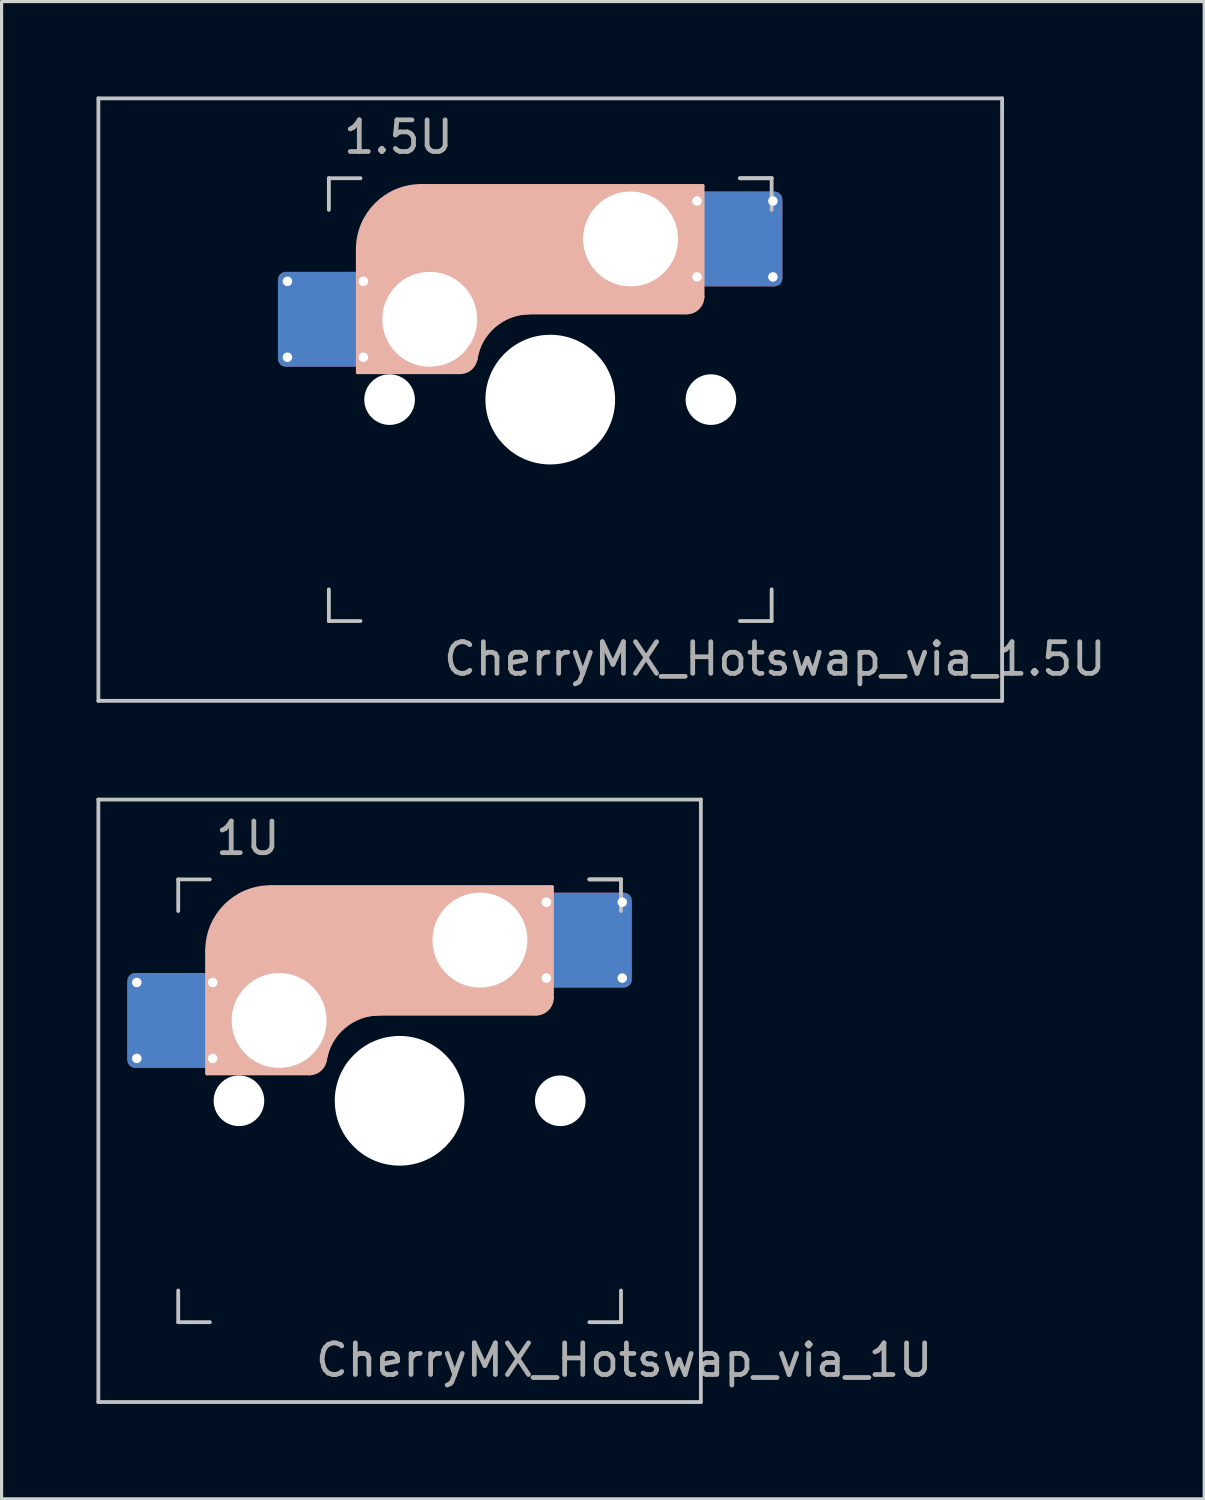
<source format=kicad_pcb>
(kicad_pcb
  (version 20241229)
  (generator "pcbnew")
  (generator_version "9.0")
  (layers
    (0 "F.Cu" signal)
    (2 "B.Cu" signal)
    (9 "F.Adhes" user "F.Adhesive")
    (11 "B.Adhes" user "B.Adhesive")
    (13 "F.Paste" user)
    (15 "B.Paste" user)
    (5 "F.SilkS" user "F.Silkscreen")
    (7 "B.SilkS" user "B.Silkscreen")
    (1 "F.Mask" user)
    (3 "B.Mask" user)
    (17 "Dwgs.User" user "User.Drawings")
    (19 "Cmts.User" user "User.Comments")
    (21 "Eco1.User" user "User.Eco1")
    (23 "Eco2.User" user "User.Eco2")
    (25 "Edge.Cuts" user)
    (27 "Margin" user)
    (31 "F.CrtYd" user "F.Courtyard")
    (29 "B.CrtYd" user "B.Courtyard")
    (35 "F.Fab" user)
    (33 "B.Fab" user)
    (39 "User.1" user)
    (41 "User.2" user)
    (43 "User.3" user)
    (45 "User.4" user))
  (footprint "CherryMX_Hotswap_via_1U"
    (layer "F.Cu")
    (at 9.585 31.755)
    (property "Reference" "CherryMX_Hotswap_via_1U" (at 7.1 8.2 0) (layer "F.Fab") (effects (font (size 1 1) (thickness 0.15))))
    (attr through_hole)
    (fp_line (start -8.11 -1.74) (end -8.11 -3.34) (stroke (width 0.12) (type solid)) (layer "B.Mask"))
    (fp_line (start -7.91 -3.54) (end -6.31 -3.54) (stroke (width 0.12) (type solid)) (layer "B.Mask"))
    (fp_line (start -6.31 -1.54) (end -7.91 -1.54) (stroke (width 0.12) (type solid)) (layer "B.Mask"))
    (fp_line (start -6.11 -3.34) (end -6.11 -1.74) (stroke (width 0.12) (type solid)) (layer "B.Mask"))
    (fp_line (start 4.84 -5.88) (end 4.84 -4.28) (stroke (width 0.12) (type solid)) (layer "B.Mask"))
    (fp_line (start 5.04 -6.08) (end 6.64 -6.08) (stroke (width 0.12) (type solid)) (layer "B.Mask"))
    (fp_line (start 5.04 -4.08) (end 6.64 -4.08) (stroke (width 0.12) (type solid)) (layer "B.Mask"))
    (fp_line (start 6.84 -4.28) (end 6.84 -5.88) (stroke (width 0.12) (type solid)) (layer "B.Mask"))
    (fp_arc (start -8.11 -3.34) (mid -8.051421 -3.481421) (end -7.91 -3.54) (stroke (width 0.12) (type solid)) (layer "B.Mask"))
    (fp_arc (start -7.91 -1.54) (mid -8.051421 -1.598579) (end -8.11 -1.74) (stroke (width 0.12) (type solid)) (layer "B.Mask"))
    (fp_arc (start -6.31 -3.54) (mid -6.168579 -3.481421) (end -6.11 -3.34) (stroke (width 0.12) (type solid)) (layer "B.Mask"))
    (fp_arc (start -6.11 -1.74) (mid -6.168579 -1.598579) (end -6.31 -1.54) (stroke (width 0.12) (type solid)) (layer "B.Mask"))
    (fp_arc (start 4.84 -5.88) (mid 4.898579 -6.021421) (end 5.04 -6.08) (stroke (width 0.12) (type solid)) (layer "B.Mask"))
    (fp_arc (start 5.04 -4.08) (mid 4.898579 -4.138579) (end 4.84 -4.28) (stroke (width 0.12) (type solid)) (layer "B.Mask"))
    (fp_arc (start 6.64 -6.08) (mid 6.781421 -6.021421) (end 6.84 -5.88) (stroke (width 0.12) (type solid)) (layer "B.Mask"))
    (fp_arc (start 6.84 -4.28) (mid 6.781421 -4.138579) (end 6.64 -4.08) (stroke (width 0.12) (type solid)) (layer "B.Mask"))
    (fp_poly (pts (xy -6.11 -3.34) (xy -6.11 -1.74) (xy -6.31 -1.54) (xy -7.91 -1.54) (xy -8.11 -1.74) (xy -8.11 -3.34) (xy -7.91 -3.54) (xy -6.31 -3.54)) (stroke (width 0.1) (type solid)) (fill yes) (layer "B.Mask"))
    (fp_poly (pts (xy 6.84 -5.88) (xy 6.84 -4.28) (xy 6.64 -4.08) (xy 5.04 -4.08) (xy 4.84 -4.28) (xy 4.84 -5.88) (xy 5.04 -6.08) (xy 6.64 -6.08)) (stroke (width 0.1) (type solid)) (fill yes) (layer "B.Mask"))
    (fp_line (start -6.085 -0.865) (end -6.085 -4.755) (stroke (width 0.12) (type solid)) (layer "B.SilkS"))
    (fp_line (start -4.085 -6.755) (end 4.815 -6.755) (stroke (width 0.12) (type solid)) (layer "B.SilkS"))
    (fp_line (start -2.852 -0.865) (end -6.085 -0.865) (stroke (width 0.12) (type solid)) (layer "B.SilkS"))
    (fp_line (start -0.635 -2.755) (end 4.315 -2.755) (stroke (width 0.12) (type solid)) (layer "B.SilkS"))
    (fp_line (start 4.815 -6.755) (end 4.815 -3.255) (stroke (width 0.12) (type solid)) (layer "B.SilkS"))
    (fp_arc (start -6.085 -4.755) (mid -5.499214 -6.169214) (end -4.085 -6.755) (stroke (width 0.12) (type solid)) (layer "B.SilkS"))
    (fp_arc (start -2.360959 -1.278326) (mid -1.770727 -2.335454) (end -0.635 -2.755) (stroke (width 0.12) (type solid)) (layer "B.SilkS"))
    (fp_arc (start -2.36 -1.278176) (mid -2.53101 -0.981978) (end -2.852404 -0.865) (stroke (width 0.12) (type solid)) (layer "B.SilkS"))
    (fp_arc (start 4.815 -3.255) (mid 4.668553 -2.901447) (end 4.315 -2.755) (stroke (width 0.12) (type solid)) (layer "B.SilkS"))
    (fp_poly (pts (xy 4.815 -3.255) (xy 4.633 -2.937) (xy 4.315 -2.755) (xy -0.635 -2.755) (xy -1.259 -2.696) (xy -1.805 -2.376) (xy -2.207 -1.885) (xy -2.361 -1.278) (xy -2.563 -1.02) (xy -2.852 -0.865) (xy -6.085 -0.865) (xy -6.085 -4.755) (xy -5.887 -5.501) (xy -5.464 -6.134) (xy -4.831 -6.557) (xy -4.085 -6.755) (xy 4.815 -6.755)) (stroke (width 0.1) (type solid)) (fill yes) (layer "B.SilkS"))
    (fp_line (start -8.11 -1.74) (end -8.11 -3.34) (stroke (width 0.12) (type solid)) (layer "B.Paste"))
    (fp_line (start -7.91 -3.54) (end -6.31 -3.54) (stroke (width 0.12) (type solid)) (layer "B.Paste"))
    (fp_line (start -6.31 -1.54) (end -7.91 -1.54) (stroke (width 0.12) (type solid)) (layer "B.Paste"))
    (fp_line (start -6.11 -3.34) (end -6.11 -1.74) (stroke (width 0.12) (type solid)) (layer "B.Paste"))
    (fp_line (start 4.84 -5.88) (end 4.84 -4.28) (stroke (width 0.12) (type solid)) (layer "B.Paste"))
    (fp_line (start 5.04 -6.08) (end 6.64 -6.08) (stroke (width 0.12) (type solid)) (layer "B.Paste"))
    (fp_line (start 5.04 -4.08) (end 6.64 -4.08) (stroke (width 0.12) (type solid)) (layer "B.Paste"))
    (fp_line (start 6.84 -4.28) (end 6.84 -5.88) (stroke (width 0.12) (type solid)) (layer "B.Paste"))
    (fp_arc (start -8.11 -3.34) (mid -8.051421 -3.481421) (end -7.91 -3.54) (stroke (width 0.12) (type solid)) (layer "B.Paste"))
    (fp_arc (start -7.91 -1.54) (mid -8.051421 -1.598579) (end -8.11 -1.74) (stroke (width 0.12) (type solid)) (layer "B.Paste"))
    (fp_arc (start -6.31 -3.54) (mid -6.168579 -3.481421) (end -6.11 -3.34) (stroke (width 0.12) (type solid)) (layer "B.Paste"))
    (fp_arc (start -6.11 -1.74) (mid -6.168579 -1.598579) (end -6.31 -1.54) (stroke (width 0.12) (type solid)) (layer "B.Paste"))
    (fp_arc (start 4.84 -5.88) (mid 4.898579 -6.021421) (end 5.04 -6.08) (stroke (width 0.12) (type solid)) (layer "B.Paste"))
    (fp_arc (start 5.04 -4.08) (mid 4.898579 -4.138579) (end 4.84 -4.28) (stroke (width 0.12) (type solid)) (layer "B.Paste"))
    (fp_arc (start 6.64 -6.08) (mid 6.781421 -6.021421) (end 6.84 -5.88) (stroke (width 0.12) (type solid)) (layer "B.Paste"))
    (fp_arc (start 6.84 -4.28) (mid 6.781421 -4.138579) (end 6.64 -4.08) (stroke (width 0.12) (type solid)) (layer "B.Paste"))
    (fp_poly (pts (xy -6.11 -3.34) (xy -6.11 -1.74) (xy -6.31 -1.54) (xy -7.91 -1.54) (xy -8.11 -1.74) (xy -8.11 -3.34) (xy -7.91 -3.54) (xy -6.31 -3.54)) (stroke (width 0.1) (type solid)) (fill yes) (layer "B.Paste"))
    (fp_poly (pts (xy 6.84 -5.88) (xy 6.84 -4.28) (xy 6.64 -4.08) (xy 5.04 -4.08) (xy 4.84 -4.28) (xy 4.84 -5.88) (xy 5.04 -6.08) (xy 6.64 -6.08)) (stroke (width 0.1) (type solid)) (fill yes) (layer "B.Paste"))
    (fp_line (start -9.525 -9.525) (end 9.525 -9.525) (stroke (width 0.12) (type solid)) (layer "Dwgs.User"))
    (fp_line (start -9.525 9.525) (end -9.525 -9.525) (stroke (width 0.12) (type solid)) (layer "Dwgs.User"))
    (fp_line (start -7 -7) (end -7 -6) (stroke (width 0.12) (type solid)) (layer "Dwgs.User"))
    (fp_line (start -7 -7) (end -6 -7) (stroke (width 0.12) (type solid)) (layer "Dwgs.User"))
    (fp_line (start -7 7) (end -7 6) (stroke (width 0.12) (type solid)) (layer "Dwgs.User"))
    (fp_line (start -7 7) (end -6 7) (stroke (width 0.12) (type solid)) (layer "Dwgs.User"))
    (fp_line (start 6 -7) (end 7 -7) (stroke (width 0.12) (type solid)) (layer "Dwgs.User"))
    (fp_line (start 7 -7) (end 6 -7) (stroke (width 0.12) (type solid)) (layer "Dwgs.User"))
    (fp_line (start 7 -7) (end 7 -6) (stroke (width 0.12) (type solid)) (layer "Dwgs.User"))
    (fp_line (start 7 7) (end 6 7) (stroke (width 0.12) (type solid)) (layer "Dwgs.User"))
    (fp_line (start 7 7) (end 7 6) (stroke (width 0.12) (type solid)) (layer "Dwgs.User"))
    (fp_line (start 9.525 -9.525) (end 9.525 9.525) (stroke (width 0.12) (type solid)) (layer "Dwgs.User"))
    (fp_line (start 9.525 9.525) (end -9.525 9.525) (stroke (width 0.12) (type solid)) (layer "Dwgs.User"))
    (fp_text user "1U" (at -4.8 -8.3 0) (layer "F.Fab") (effects (font (size 1 1) (thickness 0.15))))
    (pad "" np_thru_hole circle (at -5.08 0) (size 1.6 1.6) (drill 1.6) (layers "*.Cu" "*.Mask"))
    (pad "" np_thru_hole circle (at -3.81 -2.54) (size 3 3) (drill 3) (layers "*.Cu" "*.Mask"))
    (pad "" np_thru_hole circle (at 0 0) (size 4.1 4.1) (drill 4.1) (layers "*.Cu" "*.Mask"))
    (pad "" np_thru_hole circle (at 2.54 -5.08) (size 3 3) (drill 3) (layers "*.Cu" "*.Mask"))
    (pad "" np_thru_hole circle (at 5.08 0) (size 1.6 1.6) (drill 1.6) (layers "*.Cu" "*.Mask"))
    (pad "1" thru_hole circle (at -8.31 -3.74) (size 0.5 0.5) (drill 0.3) (layers "*.Cu"))
    (pad "1" thru_hole circle (at -8.31 -1.34) (size 0.5 0.5) (drill 0.3) (layers "*.Cu"))
    (pad "1" smd roundrect (at -7.11 -2.54) (size 3 3) (layers "F.Cu") (roundrect_rratio 0.083))
    (pad "1" smd roundrect (at -7.11 -2.54 180) (size 3 3) (layers "B.Cu") (roundrect_rratio 0.083))
    (pad "1" thru_hole circle (at -5.91 -3.74) (size 0.5 0.5) (drill 0.3) (layers "*.Cu"))
    (pad "1" thru_hole circle (at -5.91 -1.34) (size 0.5 0.5) (drill 0.3) (layers "*.Cu"))
    (pad "2" thru_hole circle (at 4.64 -6.28 180) (size 0.5 0.5) (drill 0.3) (layers "*.Cu"))
    (pad "2" thru_hole circle (at 4.64 -3.88 180) (size 0.5 0.5) (drill 0.3) (layers "*.Cu"))
    (pad "2" smd roundrect (at 5.84 -5.08 180) (size 3 3) (layers "F.Cu") (roundrect_rratio 0.083))
    (pad "2" smd roundrect (at 5.84 -5.08 180) (size 3 3) (layers "B.Cu") (roundrect_rratio 0.083))
    (pad "2" thru_hole circle (at 7.04 -6.28 180) (size 0.5 0.5) (drill 0.3) (layers "*.Cu"))
    (pad "2" thru_hole circle (at 7.04 -3.88 180) (size 0.5 0.5) (drill 0.3) (layers "*.Cu")))
  (footprint "CherryMX_Hotswap_via_1.5U"
    (layer "F.Cu")
    (at 14.348 9.585)
    (property "Reference" "CherryMX_Hotswap_via_1.5U" (at 7.1 8.2 0) (layer "F.Fab") (effects (font (size 1 1) (thickness 0.15))))
    (attr through_hole)
    (fp_line (start -8.11 -1.74) (end -8.11 -3.34) (stroke (width 0.12) (type solid)) (layer "B.Mask"))
    (fp_line (start -7.91 -3.54) (end -6.31 -3.54) (stroke (width 0.12) (type solid)) (layer "B.Mask"))
    (fp_line (start -6.31 -1.54) (end -7.91 -1.54) (stroke (width 0.12) (type solid)) (layer "B.Mask"))
    (fp_line (start -6.11 -3.34) (end -6.11 -1.74) (stroke (width 0.12) (type solid)) (layer "B.Mask"))
    (fp_line (start 4.84 -5.88) (end 4.84 -4.28) (stroke (width 0.12) (type solid)) (layer "B.Mask"))
    (fp_line (start 5.04 -6.08) (end 6.64 -6.08) (stroke (width 0.12) (type solid)) (layer "B.Mask"))
    (fp_line (start 5.04 -4.08) (end 6.64 -4.08) (stroke (width 0.12) (type solid)) (layer "B.Mask"))
    (fp_line (start 6.84 -4.28) (end 6.84 -5.88) (stroke (width 0.12) (type solid)) (layer "B.Mask"))
    (fp_arc (start -8.11 -3.34) (mid -8.051421 -3.481421) (end -7.91 -3.54) (stroke (width 0.12) (type solid)) (layer "B.Mask"))
    (fp_arc (start -7.91 -1.54) (mid -8.051421 -1.598579) (end -8.11 -1.74) (stroke (width 0.12) (type solid)) (layer "B.Mask"))
    (fp_arc (start -6.31 -3.54) (mid -6.168579 -3.481421) (end -6.11 -3.34) (stroke (width 0.12) (type solid)) (layer "B.Mask"))
    (fp_arc (start -6.11 -1.74) (mid -6.168579 -1.598579) (end -6.31 -1.54) (stroke (width 0.12) (type solid)) (layer "B.Mask"))
    (fp_arc (start 4.84 -5.88) (mid 4.898579 -6.021421) (end 5.04 -6.08) (stroke (width 0.12) (type solid)) (layer "B.Mask"))
    (fp_arc (start 5.04 -4.08) (mid 4.898579 -4.138579) (end 4.84 -4.28) (stroke (width 0.12) (type solid)) (layer "B.Mask"))
    (fp_arc (start 6.64 -6.08) (mid 6.781421 -6.021421) (end 6.84 -5.88) (stroke (width 0.12) (type solid)) (layer "B.Mask"))
    (fp_arc (start 6.84 -4.28) (mid 6.781421 -4.138579) (end 6.64 -4.08) (stroke (width 0.12) (type solid)) (layer "B.Mask"))
    (fp_poly (pts (xy -6.11 -3.34) (xy -6.11 -1.74) (xy -6.31 -1.54) (xy -7.91 -1.54) (xy -8.11 -1.74) (xy -8.11 -3.34) (xy -7.91 -3.54) (xy -6.31 -3.54)) (stroke (width 0.1) (type solid)) (fill yes) (layer "B.Mask"))
    (fp_poly (pts (xy 6.84 -5.88) (xy 6.84 -4.28) (xy 6.64 -4.08) (xy 5.04 -4.08) (xy 4.84 -4.28) (xy 4.84 -5.88) (xy 5.04 -6.08) (xy 6.64 -6.08)) (stroke (width 0.1) (type solid)) (fill yes) (layer "B.Mask"))
    (fp_line (start -6.085 -0.865) (end -6.085 -4.755) (stroke (width 0.12) (type solid)) (layer "B.SilkS"))
    (fp_line (start -4.085 -6.755) (end 4.815 -6.755) (stroke (width 0.12) (type solid)) (layer "B.SilkS"))
    (fp_line (start -2.852 -0.865) (end -6.085 -0.865) (stroke (width 0.12) (type solid)) (layer "B.SilkS"))
    (fp_line (start -0.635 -2.755) (end 4.315 -2.755) (stroke (width 0.12) (type solid)) (layer "B.SilkS"))
    (fp_line (start 4.815 -6.755) (end 4.815 -3.255) (stroke (width 0.12) (type solid)) (layer "B.SilkS"))
    (fp_arc (start -6.085 -4.755) (mid -5.499214 -6.169214) (end -4.085 -6.755) (stroke (width 0.12) (type solid)) (layer "B.SilkS"))
    (fp_arc (start -2.360959 -1.278326) (mid -1.770727 -2.335454) (end -0.635 -2.755) (stroke (width 0.12) (type solid)) (layer "B.SilkS"))
    (fp_arc (start -2.36 -1.278176) (mid -2.53101 -0.981978) (end -2.852404 -0.865) (stroke (width 0.12) (type solid)) (layer "B.SilkS"))
    (fp_arc (start 4.815 -3.255) (mid 4.668553 -2.901447) (end 4.315 -2.755) (stroke (width 0.12) (type solid)) (layer "B.SilkS"))
    (fp_poly (pts (xy 4.815 -3.255) (xy 4.633 -2.937) (xy 4.315 -2.755) (xy -0.635 -2.755) (xy -1.259 -2.696) (xy -1.805 -2.376) (xy -2.207 -1.885) (xy -2.361 -1.278) (xy -2.563 -1.02) (xy -2.852 -0.865) (xy -6.085 -0.865) (xy -6.085 -4.755) (xy -5.887 -5.501) (xy -5.464 -6.134) (xy -4.831 -6.557) (xy -4.085 -6.755) (xy 4.815 -6.755)) (stroke (width 0.1) (type solid)) (fill yes) (layer "B.SilkS"))
    (fp_line (start -8.11 -1.74) (end -8.11 -3.34) (stroke (width 0.12) (type solid)) (layer "B.Paste"))
    (fp_line (start -7.91 -3.54) (end -6.31 -3.54) (stroke (width 0.12) (type solid)) (layer "B.Paste"))
    (fp_line (start -6.31 -1.54) (end -7.91 -1.54) (stroke (width 0.12) (type solid)) (layer "B.Paste"))
    (fp_line (start -6.11 -3.34) (end -6.11 -1.74) (stroke (width 0.12) (type solid)) (layer "B.Paste"))
    (fp_line (start 4.84 -5.88) (end 4.84 -4.28) (stroke (width 0.12) (type solid)) (layer "B.Paste"))
    (fp_line (start 5.04 -6.08) (end 6.64 -6.08) (stroke (width 0.12) (type solid)) (layer "B.Paste"))
    (fp_line (start 5.04 -4.08) (end 6.64 -4.08) (stroke (width 0.12) (type solid)) (layer "B.Paste"))
    (fp_line (start 6.84 -4.28) (end 6.84 -5.88) (stroke (width 0.12) (type solid)) (layer "B.Paste"))
    (fp_arc (start -8.11 -3.34) (mid -8.051421 -3.481421) (end -7.91 -3.54) (stroke (width 0.12) (type solid)) (layer "B.Paste"))
    (fp_arc (start -7.91 -1.54) (mid -8.051421 -1.598579) (end -8.11 -1.74) (stroke (width 0.12) (type solid)) (layer "B.Paste"))
    (fp_arc (start -6.31 -3.54) (mid -6.168579 -3.481421) (end -6.11 -3.34) (stroke (width 0.12) (type solid)) (layer "B.Paste"))
    (fp_arc (start -6.11 -1.74) (mid -6.168579 -1.598579) (end -6.31 -1.54) (stroke (width 0.12) (type solid)) (layer "B.Paste"))
    (fp_arc (start 4.84 -5.88) (mid 4.898579 -6.021421) (end 5.04 -6.08) (stroke (width 0.12) (type solid)) (layer "B.Paste"))
    (fp_arc (start 5.04 -4.08) (mid 4.898579 -4.138579) (end 4.84 -4.28) (stroke (width 0.12) (type solid)) (layer "B.Paste"))
    (fp_arc (start 6.64 -6.08) (mid 6.781421 -6.021421) (end 6.84 -5.88) (stroke (width 0.12) (type solid)) (layer "B.Paste"))
    (fp_arc (start 6.84 -4.28) (mid 6.781421 -4.138579) (end 6.64 -4.08) (stroke (width 0.12) (type solid)) (layer "B.Paste"))
    (fp_poly (pts (xy -6.11 -3.34) (xy -6.11 -1.74) (xy -6.31 -1.54) (xy -7.91 -1.54) (xy -8.11 -1.74) (xy -8.11 -3.34) (xy -7.91 -3.54) (xy -6.31 -3.54)) (stroke (width 0.1) (type solid)) (fill yes) (layer "B.Paste"))
    (fp_poly (pts (xy 6.84 -5.88) (xy 6.84 -4.28) (xy 6.64 -4.08) (xy 5.04 -4.08) (xy 4.84 -4.28) (xy 4.84 -5.88) (xy 5.04 -6.08) (xy 6.64 -6.08)) (stroke (width 0.1) (type solid)) (fill yes) (layer "B.Paste"))
    (fp_line (start -14.287 -9.525) (end 14.287 -9.525) (stroke (width 0.12) (type solid)) (layer "Dwgs.User"))
    (fp_line (start -14.287 9.525) (end -14.287 -9.525) (stroke (width 0.12) (type solid)) (layer "Dwgs.User"))
    (fp_line (start -7 -7) (end -7 -6) (stroke (width 0.12) (type solid)) (layer "Dwgs.User"))
    (fp_line (start -7 -7) (end -6 -7) (stroke (width 0.12) (type solid)) (layer "Dwgs.User"))
    (fp_line (start -7 7) (end -7 6) (stroke (width 0.12) (type solid)) (layer "Dwgs.User"))
    (fp_line (start -7 7) (end -6 7) (stroke (width 0.12) (type solid)) (layer "Dwgs.User"))
    (fp_line (start 6 -7) (end 7 -7) (stroke (width 0.12) (type solid)) (layer "Dwgs.User"))
    (fp_line (start 7 -7) (end 6 -7) (stroke (width 0.12) (type solid)) (layer "Dwgs.User"))
    (fp_line (start 7 -7) (end 7 -6) (stroke (width 0.12) (type solid)) (layer "Dwgs.User"))
    (fp_line (start 7 7) (end 6 7) (stroke (width 0.12) (type solid)) (layer "Dwgs.User"))
    (fp_line (start 7 7) (end 7 6) (stroke (width 0.12) (type solid)) (layer "Dwgs.User"))
    (fp_line (start 14.287 -9.525) (end 14.287 9.525) (stroke (width 0.12) (type solid)) (layer "Dwgs.User"))
    (fp_line (start 14.287 9.525) (end -14.287 9.525) (stroke (width 0.12) (type solid)) (layer "Dwgs.User"))
    (fp_text user "1.5U" (at -4.8 -8.3 0) (layer "F.Fab") (effects (font (size 1 1) (thickness 0.15))))
    (pad "" np_thru_hole circle (at -5.08 0) (size 1.6 1.6) (drill 1.6) (layers "*.Cu" "*.Mask"))
    (pad "" np_thru_hole circle (at -3.81 -2.54) (size 3 3) (drill 3) (layers "*.Cu" "*.Mask"))
    (pad "" np_thru_hole circle (at 0 0) (size 4.1 4.1) (drill 4.1) (layers "*.Cu" "*.Mask"))
    (pad "" np_thru_hole circle (at 2.54 -5.08) (size 3 3) (drill 3) (layers "*.Cu" "*.Mask"))
    (pad "" np_thru_hole circle (at 5.08 0) (size 1.6 1.6) (drill 1.6) (layers "*.Cu" "*.Mask"))
    (pad "1" thru_hole circle (at -8.31 -3.74) (size 0.5 0.5) (drill 0.3) (layers "*.Cu"))
    (pad "1" thru_hole circle (at -8.31 -1.34) (size 0.5 0.5) (drill 0.3) (layers "*.Cu"))
    (pad "1" smd roundrect (at -7.11 -2.54) (size 3 3) (layers "F.Cu") (roundrect_rratio 0.083))
    (pad "1" smd roundrect (at -7.11 -2.54 180) (size 3 3) (layers "B.Cu") (roundrect_rratio 0.083))
    (pad "1" thru_hole circle (at -5.91 -3.74) (size 0.5 0.5) (drill 0.3) (layers "*.Cu"))
    (pad "1" thru_hole circle (at -5.91 -1.34) (size 0.5 0.5) (drill 0.3) (layers "*.Cu"))
    (pad "2" thru_hole circle (at 4.64 -6.28 180) (size 0.5 0.5) (drill 0.3) (layers "*.Cu"))
    (pad "2" thru_hole circle (at 4.64 -3.88 180) (size 0.5 0.5) (drill 0.3) (layers "*.Cu"))
    (pad "2" smd roundrect (at 5.84 -5.08 180) (size 3 3) (layers "F.Cu") (roundrect_rratio 0.083))
    (pad "2" smd roundrect (at 5.84 -5.08 180) (size 3 3) (layers "B.Cu") (roundrect_rratio 0.083))
    (pad "2" thru_hole circle (at 7.04 -6.28 180) (size 0.5 0.5) (drill 0.3) (layers "*.Cu"))
    (pad "2" thru_hole circle (at 7.04 -3.88 180) (size 0.5 0.5) (drill 0.3) (layers "*.Cu")))
  (gr_rect
    (start -3 -3)
    (end 35.025 44.34)
    (stroke (width 0.1) (type default))
    (fill no)
    (layer "Edge.Cuts")))
</source>
